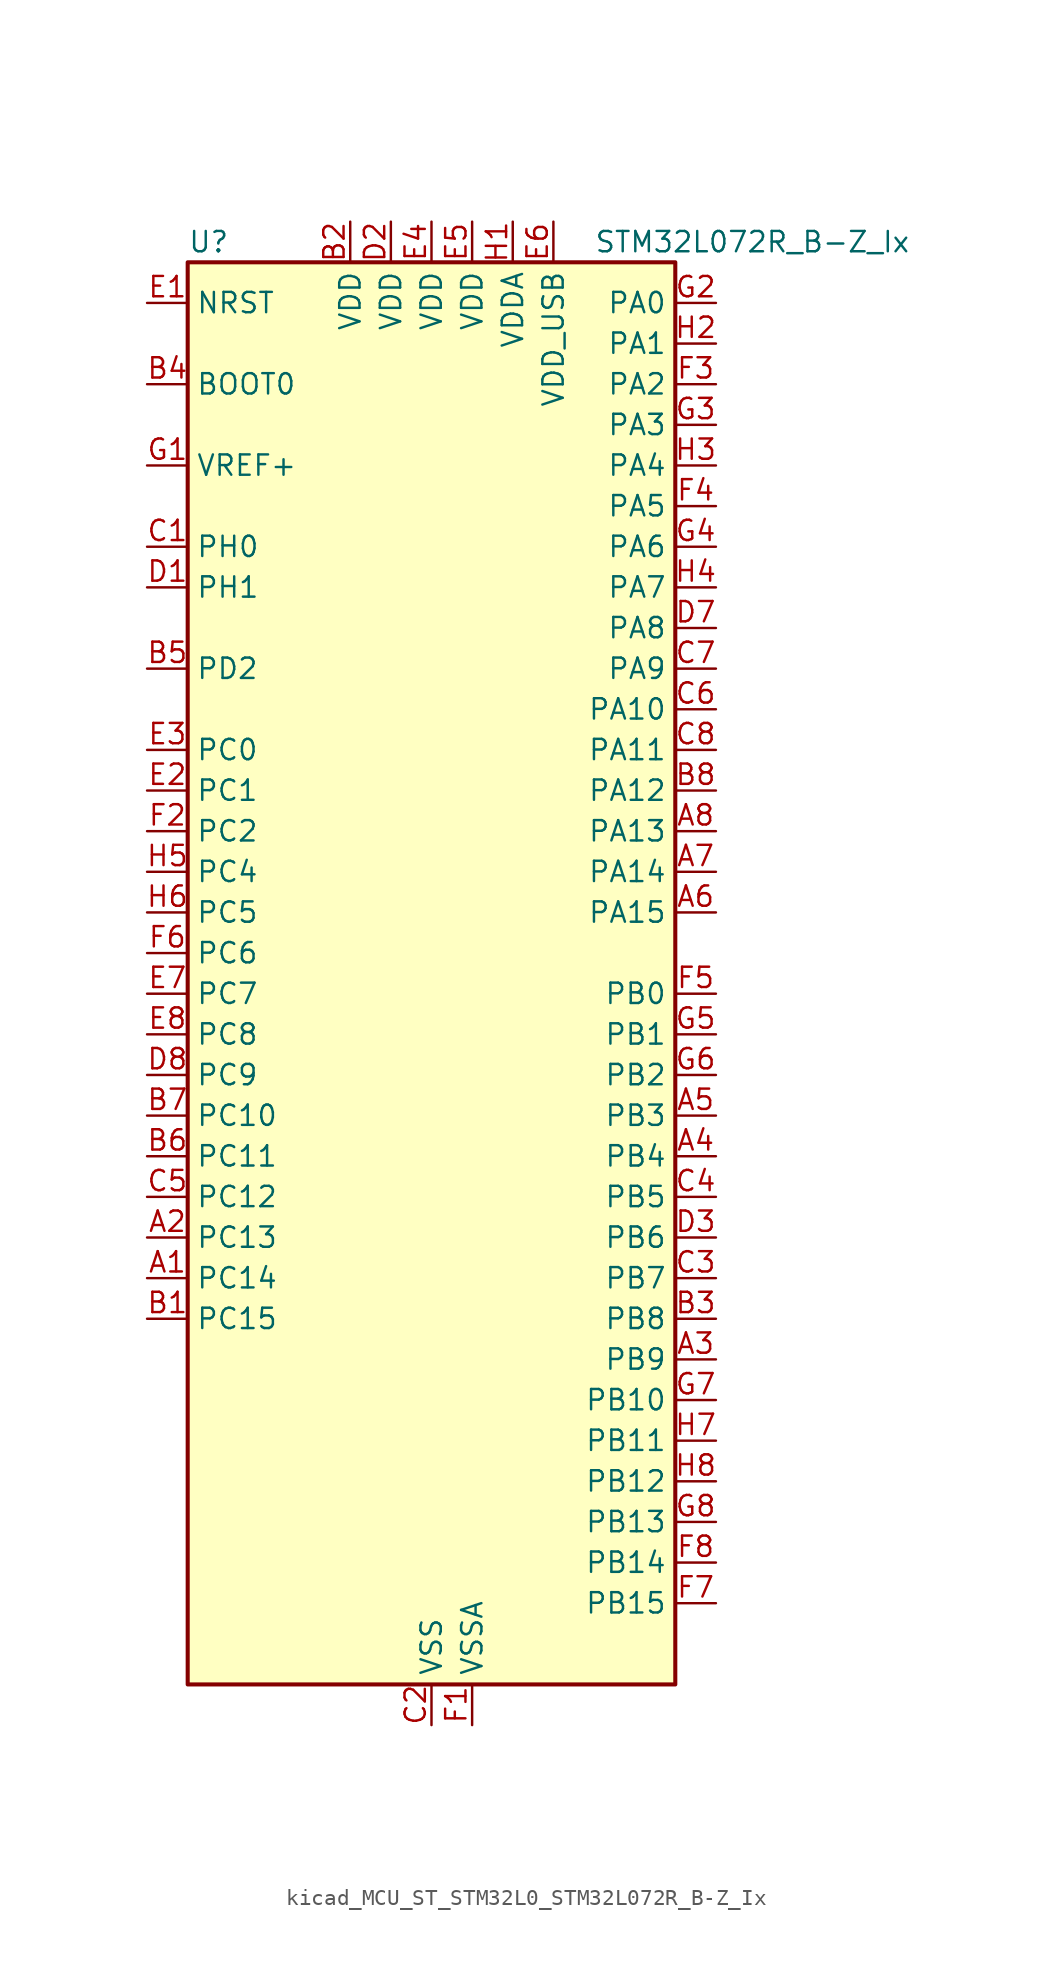
<source format=kicad_sym>
(kicad_symbol_lib
  (version 20220914)
  (generator kicad_symbol_editor)
  (symbol "kicad_MCU_ST_STM32L0_STM32L072R_B-Z_Ix"
    (property "Reference" "U"
      (at -15.24 46.99 0)
      (effects (font (size 1.27 1.27)) (justify left)))
    (property "Value" "STM32L072R_B-Z_Ix"
      (at 10.16 46.99 0)
      (effects (font (size 1.27 1.27)) (justify left)))
    (property "ki_locked" ""
      (at 0 0 0)
      (effects (font (size 1.27 1.27))))
    (symbol "kicad_MCU_ST_STM32L0_STM32L072R_B-Z_Ix_0_1"
      (rectangle (start -15.24 -43.18) (end 15.24 45.72) (stroke (width 0.254) (type default)) (fill (type background))))
    (symbol "kicad_MCU_ST_STM32L0_STM32L072R_B-Z_Ix_1_1"
      (pin bidirectional line (at -17.78 -17.78 0) (length 2.54) (name "PC14" (effects (font (size 1.27 1.27)))) (number "A1" (effects (font (size 1.27 1.27)))) (alternate "RCC_OSC32_IN" bidirectional line))
      (pin bidirectional line (at -17.78 -15.24 0) (length 2.54) (name "PC13" (effects (font (size 1.27 1.27)))) (number "A2" (effects (font (size 1.27 1.27)))) (alternate "RTC_OUT_ALARM" bidirectional line) (alternate "RTC_OUT_CALIB" bidirectional line) (alternate "RTC_TAMP1" bidirectional line) (alternate "RTC_TS" bidirectional line) (alternate "SYS_WKUP2" bidirectional line))
      (pin bidirectional line (at 17.78 -22.86 180) (length 2.54) (name "PB9" (effects (font (size 1.27 1.27)))) (number "A3" (effects (font (size 1.27 1.27)))) (alternate "DAC_EXTI9" bidirectional line) (alternate "I2C1_SDA" bidirectional line) (alternate "I2S2_WS" bidirectional line) (alternate "SPI2_NSS" bidirectional line))
      (pin bidirectional line (at 17.78 -10.16 180) (length 2.54) (name "PB4" (effects (font (size 1.27 1.27)))) (number "A4" (effects (font (size 1.27 1.27)))) (alternate "COMP2_INP" bidirectional line) (alternate "I2C3_SDA" bidirectional line) (alternate "SPI1_MISO" bidirectional line) (alternate "TIM22_CH1" bidirectional line) (alternate "TIM3_CH1" bidirectional line) (alternate "TSC_G5_IO2" bidirectional line) (alternate "USART1_CTS" bidirectional line) (alternate "USART5_RX" bidirectional line))
      (pin bidirectional line (at 17.78 -7.62 180) (length 2.54) (name "PB3" (effects (font (size 1.27 1.27)))) (number "A5" (effects (font (size 1.27 1.27)))) (alternate "COMP2_INM" bidirectional line) (alternate "SPI1_SCK" bidirectional line) (alternate "TIM2_CH2" bidirectional line) (alternate "TSC_G5_IO1" bidirectional line) (alternate "USART1_DE" bidirectional line) (alternate "USART1_RTS" bidirectional line) (alternate "USART5_TX" bidirectional line))
      (pin bidirectional line (at 17.78 5.08 180) (length 2.54) (name "PA15" (effects (font (size 1.27 1.27)))) (number "A6" (effects (font (size 1.27 1.27)))) (alternate "SPI1_NSS" bidirectional line) (alternate "TIM2_CH1" bidirectional line) (alternate "TIM2_ETR" bidirectional line) (alternate "USART2_RX" bidirectional line) (alternate "USART4_DE" bidirectional line) (alternate "USART4_RTS" bidirectional line))
      (pin bidirectional line (at 17.78 7.62 180) (length 2.54) (name "PA14" (effects (font (size 1.27 1.27)))) (number "A7" (effects (font (size 1.27 1.27)))) (alternate "LPUART1_TX" bidirectional line) (alternate "SYS_SWCLK" bidirectional line) (alternate "USART2_TX" bidirectional line))
      (pin bidirectional line (at 17.78 10.16 180) (length 2.54) (name "PA13" (effects (font (size 1.27 1.27)))) (number "A8" (effects (font (size 1.27 1.27)))) (alternate "LPUART1_RX" bidirectional line) (alternate "SYS_SWDIO" bidirectional line) (alternate "USB_NOE" bidirectional line))
      (pin bidirectional line (at -17.78 -20.32 0) (length 2.54) (name "PC15" (effects (font (size 1.27 1.27)))) (number "B1" (effects (font (size 1.27 1.27)))) (alternate "RCC_OSC32_OUT" bidirectional line))
      (pin power_in line (at -5.08 48.26 270) (length 2.54) (name "VDD" (effects (font (size 1.27 1.27)))) (number "B2" (effects (font (size 1.27 1.27)))))
      (pin bidirectional line (at 17.78 -20.32 180) (length 2.54) (name "PB8" (effects (font (size 1.27 1.27)))) (number "B3" (effects (font (size 1.27 1.27)))) (alternate "I2C1_SCL" bidirectional line) (alternate "TSC_SYNC" bidirectional line))
      (pin input line (at -17.78 38.1 0) (length 2.54) (name "BOOT0" (effects (font (size 1.27 1.27)))) (number "B4" (effects (font (size 1.27 1.27)))))
      (pin bidirectional line (at -17.78 20.32 0) (length 2.54) (name "PD2" (effects (font (size 1.27 1.27)))) (number "B5" (effects (font (size 1.27 1.27)))) (alternate "LPUART1_DE" bidirectional line) (alternate "LPUART1_RTS" bidirectional line) (alternate "TIM3_ETR" bidirectional line) (alternate "USART5_RX" bidirectional line))
      (pin bidirectional line (at -17.78 -10.16 0) (length 2.54) (name "PC11" (effects (font (size 1.27 1.27)))) (number "B6" (effects (font (size 1.27 1.27)))) (alternate "ADC_EXTI11" bidirectional line) (alternate "LPUART1_RX" bidirectional line) (alternate "USART4_RX" bidirectional line))
      (pin bidirectional line (at -17.78 -7.62 0) (length 2.54) (name "PC10" (effects (font (size 1.27 1.27)))) (number "B7" (effects (font (size 1.27 1.27)))) (alternate "LPUART1_TX" bidirectional line) (alternate "USART4_TX" bidirectional line))
      (pin bidirectional line (at 17.78 12.7 180) (length 2.54) (name "PA12" (effects (font (size 1.27 1.27)))) (number "B8" (effects (font (size 1.27 1.27)))) (alternate "COMP2_OUT" bidirectional line) (alternate "SPI1_MOSI" bidirectional line) (alternate "TSC_G4_IO4" bidirectional line) (alternate "USART1_DE" bidirectional line) (alternate "USART1_RTS" bidirectional line) (alternate "USB_DP" bidirectional line))
      (pin bidirectional line (at -17.78 27.94 0) (length 2.54) (name "PH0" (effects (font (size 1.27 1.27)))) (number "C1" (effects (font (size 1.27 1.27)))) (alternate "CRS_SYNC" bidirectional line) (alternate "RCC_OSC_IN" bidirectional line))
      (pin power_in line (at 0 -45.72 90) (length 2.54) (name "VSS" (effects (font (size 1.27 1.27)))) (number "C2" (effects (font (size 1.27 1.27)))))
      (pin bidirectional line (at 17.78 -17.78 180) (length 2.54) (name "PB7" (effects (font (size 1.27 1.27)))) (number "C3" (effects (font (size 1.27 1.27)))) (alternate "COMP2_INP" bidirectional line) (alternate "I2C1_SDA" bidirectional line) (alternate "LPTIM1_IN2" bidirectional line) (alternate "SYS_PVD_IN" bidirectional line) (alternate "TSC_G5_IO4" bidirectional line) (alternate "USART1_RX" bidirectional line) (alternate "USART4_CTS" bidirectional line))
      (pin bidirectional line (at 17.78 -12.7 180) (length 2.54) (name "PB5" (effects (font (size 1.27 1.27)))) (number "C4" (effects (font (size 1.27 1.27)))) (alternate "COMP2_INP" bidirectional line) (alternate "I2C1_SMBA" bidirectional line) (alternate "LPTIM1_IN1" bidirectional line) (alternate "SPI1_MOSI" bidirectional line) (alternate "TIM22_CH2" bidirectional line) (alternate "TIM3_CH2" bidirectional line) (alternate "USART1_CK" bidirectional line) (alternate "USART5_CK" bidirectional line) (alternate "USART5_DE" bidirectional line) (alternate "USART5_RTS" bidirectional line))
      (pin bidirectional line (at -17.78 -12.7 0) (length 2.54) (name "PC12" (effects (font (size 1.27 1.27)))) (number "C5" (effects (font (size 1.27 1.27)))) (alternate "USART4_CK" bidirectional line) (alternate "USART5_TX" bidirectional line))
      (pin bidirectional line (at 17.78 17.78 180) (length 2.54) (name "PA10" (effects (font (size 1.27 1.27)))) (number "C6" (effects (font (size 1.27 1.27)))) (alternate "I2C1_SDA" bidirectional line) (alternate "TSC_G4_IO2" bidirectional line) (alternate "USART1_RX" bidirectional line))
      (pin bidirectional line (at 17.78 20.32 180) (length 2.54) (name "PA9" (effects (font (size 1.27 1.27)))) (number "C7" (effects (font (size 1.27 1.27)))) (alternate "DAC_EXTI9" bidirectional line) (alternate "I2C1_SCL" bidirectional line) (alternate "I2C3_SMBA" bidirectional line) (alternate "RCC_MCO" bidirectional line) (alternate "TSC_G4_IO1" bidirectional line) (alternate "USART1_TX" bidirectional line))
      (pin bidirectional line (at 17.78 15.24 180) (length 2.54) (name "PA11" (effects (font (size 1.27 1.27)))) (number "C8" (effects (font (size 1.27 1.27)))) (alternate "ADC_EXTI11" bidirectional line) (alternate "COMP1_OUT" bidirectional line) (alternate "SPI1_MISO" bidirectional line) (alternate "TSC_G4_IO3" bidirectional line) (alternate "USART1_CTS" bidirectional line) (alternate "USB_DM" bidirectional line))
      (pin bidirectional line (at -17.78 25.4 0) (length 2.54) (name "PH1" (effects (font (size 1.27 1.27)))) (number "D1" (effects (font (size 1.27 1.27)))) (alternate "RCC_OSC_OUT" bidirectional line))
      (pin power_in line (at -2.54 48.26 270) (length 2.54) (name "VDD" (effects (font (size 1.27 1.27)))) (number "D2" (effects (font (size 1.27 1.27)))))
      (pin bidirectional line (at 17.78 -15.24 180) (length 2.54) (name "PB6" (effects (font (size 1.27 1.27)))) (number "D3" (effects (font (size 1.27 1.27)))) (alternate "COMP2_INP" bidirectional line) (alternate "I2C1_SCL" bidirectional line) (alternate "LPTIM1_ETR" bidirectional line) (alternate "TSC_G5_IO3" bidirectional line) (alternate "USART1_TX" bidirectional line))
      (pin passive line (at 0 -45.72 90) (length 2.54) hide (name "VSS" (effects (font (size 1.27 1.27)))) (number "D4" (effects (font (size 1.27 1.27)))))
      (pin passive line (at 0 -45.72 90) (length 2.54) hide (name "VSS" (effects (font (size 1.27 1.27)))) (number "D5" (effects (font (size 1.27 1.27)))))
      (pin passive line (at 0 -45.72 90) (length 2.54) hide (name "VSS" (effects (font (size 1.27 1.27)))) (number "D6" (effects (font (size 1.27 1.27)))))
      (pin bidirectional line (at 17.78 22.86 180) (length 2.54) (name "PA8" (effects (font (size 1.27 1.27)))) (number "D7" (effects (font (size 1.27 1.27)))) (alternate "CRS_SYNC" bidirectional line) (alternate "I2C3_SCL" bidirectional line) (alternate "RCC_MCO" bidirectional line) (alternate "USART1_CK" bidirectional line))
      (pin bidirectional line (at -17.78 -5.08 0) (length 2.54) (name "PC9" (effects (font (size 1.27 1.27)))) (number "D8" (effects (font (size 1.27 1.27)))) (alternate "DAC_EXTI9" bidirectional line) (alternate "I2C3_SDA" bidirectional line) (alternate "TIM21_ETR" bidirectional line) (alternate "TIM3_CH4" bidirectional line) (alternate "TSC_G8_IO4" bidirectional line) (alternate "USB_NOE" bidirectional line))
      (pin input line (at -17.78 43.18 0) (length 2.54) (name "NRST" (effects (font (size 1.27 1.27)))) (number "E1" (effects (font (size 1.27 1.27)))))
      (pin bidirectional line (at -17.78 12.7 0) (length 2.54) (name "PC1" (effects (font (size 1.27 1.27)))) (number "E2" (effects (font (size 1.27 1.27)))) (alternate "ADC_IN11" bidirectional line) (alternate "I2C3_SDA" bidirectional line) (alternate "LPTIM1_OUT" bidirectional line) (alternate "LPUART1_TX" bidirectional line) (alternate "TSC_G7_IO2" bidirectional line))
      (pin bidirectional line (at -17.78 15.24 0) (length 2.54) (name "PC0" (effects (font (size 1.27 1.27)))) (number "E3" (effects (font (size 1.27 1.27)))) (alternate "ADC_IN10" bidirectional line) (alternate "I2C3_SCL" bidirectional line) (alternate "LPTIM1_IN1" bidirectional line) (alternate "LPUART1_RX" bidirectional line) (alternate "TSC_G7_IO1" bidirectional line))
      (pin power_in line (at 0 48.26 270) (length 2.54) (name "VDD" (effects (font (size 1.27 1.27)))) (number "E4" (effects (font (size 1.27 1.27)))))
      (pin power_in line (at 2.54 48.26 270) (length 2.54) (name "VDD" (effects (font (size 1.27 1.27)))) (number "E5" (effects (font (size 1.27 1.27)))))
      (pin power_in line (at 7.62 48.26 270) (length 2.54) (name "VDD_USB" (effects (font (size 1.27 1.27)))) (number "E6" (effects (font (size 1.27 1.27)))))
      (pin bidirectional line (at -17.78 0 0) (length 2.54) (name "PC7" (effects (font (size 1.27 1.27)))) (number "E7" (effects (font (size 1.27 1.27)))) (alternate "TIM22_CH2" bidirectional line) (alternate "TIM3_CH2" bidirectional line) (alternate "TSC_G8_IO2" bidirectional line))
      (pin bidirectional line (at -17.78 -2.54 0) (length 2.54) (name "PC8" (effects (font (size 1.27 1.27)))) (number "E8" (effects (font (size 1.27 1.27)))) (alternate "TIM22_ETR" bidirectional line) (alternate "TIM3_CH3" bidirectional line) (alternate "TSC_G8_IO3" bidirectional line))
      (pin power_in line (at 2.54 -45.72 90) (length 2.54) (name "VSSA" (effects (font (size 1.27 1.27)))) (number "F1" (effects (font (size 1.27 1.27)))))
      (pin bidirectional line (at -17.78 10.16 0) (length 2.54) (name "PC2" (effects (font (size 1.27 1.27)))) (number "F2" (effects (font (size 1.27 1.27)))) (alternate "ADC_IN12" bidirectional line) (alternate "I2S2_MCK" bidirectional line) (alternate "LPTIM1_IN2" bidirectional line) (alternate "SPI2_MISO" bidirectional line) (alternate "TSC_G7_IO3" bidirectional line))
      (pin bidirectional line (at 17.78 38.1 180) (length 2.54) (name "PA2" (effects (font (size 1.27 1.27)))) (number "F3" (effects (font (size 1.27 1.27)))) (alternate "ADC_IN2" bidirectional line) (alternate "COMP2_INM" bidirectional line) (alternate "COMP2_OUT" bidirectional line) (alternate "LPUART1_TX" bidirectional line) (alternate "TIM21_CH1" bidirectional line) (alternate "TIM2_CH3" bidirectional line) (alternate "TSC_G1_IO3" bidirectional line) (alternate "USART2_TX" bidirectional line))
      (pin bidirectional line (at 17.78 30.48 180) (length 2.54) (name "PA5" (effects (font (size 1.27 1.27)))) (number "F4" (effects (font (size 1.27 1.27)))) (alternate "ADC_IN5" bidirectional line) (alternate "COMP1_INM" bidirectional line) (alternate "COMP2_INM" bidirectional line) (alternate "DAC_OUT2" bidirectional line) (alternate "SPI1_SCK" bidirectional line) (alternate "TIM2_CH1" bidirectional line) (alternate "TIM2_ETR" bidirectional line) (alternate "TSC_G2_IO2" bidirectional line))
      (pin bidirectional line (at 17.78 0 180) (length 2.54) (name "PB0" (effects (font (size 1.27 1.27)))) (number "F5" (effects (font (size 1.27 1.27)))) (alternate "ADC_IN8" bidirectional line) (alternate "SYS_VREF_OUT_PB0" bidirectional line) (alternate "TIM3_CH3" bidirectional line) (alternate "TSC_G3_IO2" bidirectional line))
      (pin bidirectional line (at -17.78 2.54 0) (length 2.54) (name "PC6" (effects (font (size 1.27 1.27)))) (number "F6" (effects (font (size 1.27 1.27)))) (alternate "TIM22_CH1" bidirectional line) (alternate "TIM3_CH1" bidirectional line) (alternate "TSC_G8_IO1" bidirectional line))
      (pin bidirectional line (at 17.78 -38.1 180) (length 2.54) (name "PB15" (effects (font (size 1.27 1.27)))) (number "F7" (effects (font (size 1.27 1.27)))) (alternate "I2S2_SD" bidirectional line) (alternate "RTC_REFIN" bidirectional line) (alternate "SPI2_MOSI" bidirectional line))
      (pin bidirectional line (at 17.78 -35.56 180) (length 2.54) (name "PB14" (effects (font (size 1.27 1.27)))) (number "F8" (effects (font (size 1.27 1.27)))) (alternate "I2C2_SDA" bidirectional line) (alternate "I2S2_MCK" bidirectional line) (alternate "LPUART1_DE" bidirectional line) (alternate "LPUART1_RTS" bidirectional line) (alternate "RTC_OUT_ALARM" bidirectional line) (alternate "RTC_OUT_CALIB" bidirectional line) (alternate "SPI2_MISO" bidirectional line) (alternate "TIM21_CH2" bidirectional line) (alternate "TSC_G6_IO4" bidirectional line))
      (pin input line (at -17.78 33.02 0) (length 2.54) (name "VREF+" (effects (font (size 1.27 1.27)))) (number "G1" (effects (font (size 1.27 1.27)))))
      (pin bidirectional line (at 17.78 43.18 180) (length 2.54) (name "PA0" (effects (font (size 1.27 1.27)))) (number "G2" (effects (font (size 1.27 1.27)))) (alternate "ADC_IN0" bidirectional line) (alternate "COMP1_INM" bidirectional line) (alternate "COMP1_OUT" bidirectional line) (alternate "RTC_TAMP2" bidirectional line) (alternate "SYS_WKUP1" bidirectional line) (alternate "TIM2_CH1" bidirectional line) (alternate "TIM2_ETR" bidirectional line) (alternate "TSC_G1_IO1" bidirectional line) (alternate "USART2_CTS" bidirectional line) (alternate "USART4_TX" bidirectional line))
      (pin bidirectional line (at 17.78 35.56 180) (length 2.54) (name "PA3" (effects (font (size 1.27 1.27)))) (number "G3" (effects (font (size 1.27 1.27)))) (alternate "ADC_IN3" bidirectional line) (alternate "COMP2_INP" bidirectional line) (alternate "LPUART1_RX" bidirectional line) (alternate "TIM21_CH2" bidirectional line) (alternate "TIM2_CH4" bidirectional line) (alternate "TSC_G1_IO4" bidirectional line) (alternate "USART2_RX" bidirectional line))
      (pin bidirectional line (at 17.78 27.94 180) (length 2.54) (name "PA6" (effects (font (size 1.27 1.27)))) (number "G4" (effects (font (size 1.27 1.27)))) (alternate "ADC_IN6" bidirectional line) (alternate "COMP1_OUT" bidirectional line) (alternate "LPUART1_CTS" bidirectional line) (alternate "SPI1_MISO" bidirectional line) (alternate "TIM22_CH1" bidirectional line) (alternate "TIM3_CH1" bidirectional line) (alternate "TSC_G2_IO3" bidirectional line))
      (pin bidirectional line (at 17.78 -2.54 180) (length 2.54) (name "PB1" (effects (font (size 1.27 1.27)))) (number "G5" (effects (font (size 1.27 1.27)))) (alternate "ADC_IN9" bidirectional line) (alternate "LPUART1_DE" bidirectional line) (alternate "LPUART1_RTS" bidirectional line) (alternate "SYS_VREF_OUT_PB1" bidirectional line) (alternate "TIM3_CH4" bidirectional line) (alternate "TSC_G3_IO3" bidirectional line))
      (pin bidirectional line (at 17.78 -5.08 180) (length 2.54) (name "PB2" (effects (font (size 1.27 1.27)))) (number "G6" (effects (font (size 1.27 1.27)))) (alternate "I2C3_SMBA" bidirectional line) (alternate "LPTIM1_OUT" bidirectional line) (alternate "TSC_G3_IO4" bidirectional line))
      (pin bidirectional line (at 17.78 -25.4 180) (length 2.54) (name "PB10" (effects (font (size 1.27 1.27)))) (number "G7" (effects (font (size 1.27 1.27)))) (alternate "I2C2_SCL" bidirectional line) (alternate "LPUART1_RX" bidirectional line) (alternate "LPUART1_TX" bidirectional line) (alternate "SPI2_SCK" bidirectional line) (alternate "TIM2_CH3" bidirectional line) (alternate "TSC_SYNC" bidirectional line))
      (pin bidirectional line (at 17.78 -33.02 180) (length 2.54) (name "PB13" (effects (font (size 1.27 1.27)))) (number "G8" (effects (font (size 1.27 1.27)))) (alternate "I2C2_SCL" bidirectional line) (alternate "I2S2_CK" bidirectional line) (alternate "LPUART1_CTS" bidirectional line) (alternate "RCC_MCO" bidirectional line) (alternate "SPI2_SCK" bidirectional line) (alternate "TIM21_CH1" bidirectional line) (alternate "TSC_G6_IO3" bidirectional line))
      (pin power_in line (at 5.08 48.26 270) (length 2.54) (name "VDDA" (effects (font (size 1.27 1.27)))) (number "H1" (effects (font (size 1.27 1.27)))))
      (pin bidirectional line (at 17.78 40.64 180) (length 2.54) (name "PA1" (effects (font (size 1.27 1.27)))) (number "H2" (effects (font (size 1.27 1.27)))) (alternate "ADC_IN1" bidirectional line) (alternate "COMP1_INP" bidirectional line) (alternate "TIM21_ETR" bidirectional line) (alternate "TIM2_CH2" bidirectional line) (alternate "TSC_G1_IO2" bidirectional line) (alternate "USART2_DE" bidirectional line) (alternate "USART2_RTS" bidirectional line) (alternate "USART4_RX" bidirectional line))
      (pin bidirectional line (at 17.78 33.02 180) (length 2.54) (name "PA4" (effects (font (size 1.27 1.27)))) (number "H3" (effects (font (size 1.27 1.27)))) (alternate "ADC_IN4" bidirectional line) (alternate "COMP1_INM" bidirectional line) (alternate "COMP2_INM" bidirectional line) (alternate "DAC_OUT1" bidirectional line) (alternate "SPI1_NSS" bidirectional line) (alternate "TIM22_ETR" bidirectional line) (alternate "TSC_G2_IO1" bidirectional line) (alternate "USART2_CK" bidirectional line))
      (pin bidirectional line (at 17.78 25.4 180) (length 2.54) (name "PA7" (effects (font (size 1.27 1.27)))) (number "H4" (effects (font (size 1.27 1.27)))) (alternate "ADC_IN7" bidirectional line) (alternate "COMP2_OUT" bidirectional line) (alternate "SPI1_MOSI" bidirectional line) (alternate "TIM22_CH2" bidirectional line) (alternate "TIM3_CH2" bidirectional line) (alternate "TSC_G2_IO4" bidirectional line))
      (pin bidirectional line (at -17.78 7.62 0) (length 2.54) (name "PC4" (effects (font (size 1.27 1.27)))) (number "H5" (effects (font (size 1.27 1.27)))) (alternate "ADC_IN14" bidirectional line) (alternate "LPUART1_TX" bidirectional line))
      (pin bidirectional line (at -17.78 5.08 0) (length 2.54) (name "PC5" (effects (font (size 1.27 1.27)))) (number "H6" (effects (font (size 1.27 1.27)))) (alternate "ADC_IN15" bidirectional line) (alternate "LPUART1_RX" bidirectional line) (alternate "TSC_G3_IO1" bidirectional line))
      (pin bidirectional line (at 17.78 -27.94 180) (length 2.54) (name "PB11" (effects (font (size 1.27 1.27)))) (number "H7" (effects (font (size 1.27 1.27)))) (alternate "ADC_EXTI11" bidirectional line) (alternate "I2C2_SDA" bidirectional line) (alternate "LPUART1_RX" bidirectional line) (alternate "LPUART1_TX" bidirectional line) (alternate "TIM2_CH4" bidirectional line) (alternate "TSC_G6_IO1" bidirectional line))
      (pin bidirectional line (at 17.78 -30.48 180) (length 2.54) (name "PB12" (effects (font (size 1.27 1.27)))) (number "H8" (effects (font (size 1.27 1.27)))) (alternate "I2S2_WS" bidirectional line) (alternate "LPUART1_DE" bidirectional line) (alternate "LPUART1_RTS" bidirectional line) (alternate "SPI2_NSS" bidirectional line) (alternate "TSC_G6_IO2" bidirectional line)))))
</source>
